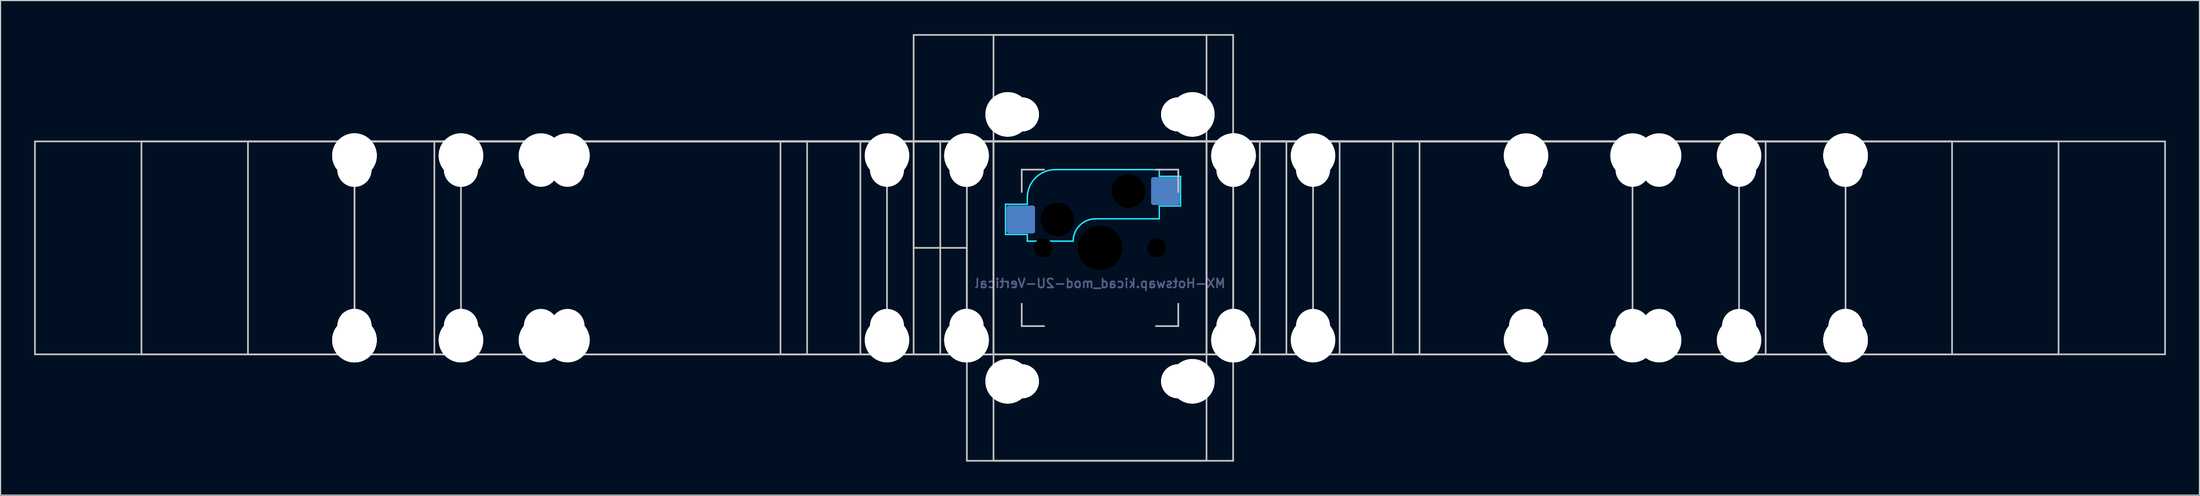
<source format=kicad_pcb>
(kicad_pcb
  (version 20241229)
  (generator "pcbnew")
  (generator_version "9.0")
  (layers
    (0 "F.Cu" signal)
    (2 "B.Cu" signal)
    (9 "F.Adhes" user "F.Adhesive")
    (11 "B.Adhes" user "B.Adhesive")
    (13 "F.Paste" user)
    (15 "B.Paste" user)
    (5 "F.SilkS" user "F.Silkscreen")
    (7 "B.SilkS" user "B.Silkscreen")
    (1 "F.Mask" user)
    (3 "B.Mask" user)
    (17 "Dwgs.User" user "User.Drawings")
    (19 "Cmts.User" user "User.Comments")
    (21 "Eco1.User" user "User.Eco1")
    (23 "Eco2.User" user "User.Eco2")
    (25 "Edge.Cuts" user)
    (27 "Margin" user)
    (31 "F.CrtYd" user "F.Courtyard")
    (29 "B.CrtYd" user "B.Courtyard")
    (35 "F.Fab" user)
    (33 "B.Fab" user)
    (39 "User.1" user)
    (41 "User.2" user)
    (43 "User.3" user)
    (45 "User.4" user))
  (footprint "MX-Hotswap.kicad_mod-2U-Vertical"
    (layer "F.Cu")
    (at 95.325 19.125)
    (property "Reference" "MX-Hotswap.kicad_mod-2U-Vertical" (at 0 3.175 0) (layer "B.Fab") (effects (font (size 0.8 0.8) (thickness 0.15)) (justify mirror)))
    (attr smd)
    (fp_line (start -95.25 9.525) (end -95.25 -9.525) (stroke (width 0.15) (type solid)) (layer "Dwgs.User"))
    (fp_line (start -85.725 9.525) (end -85.725 -9.525) (stroke (width 0.15) (type solid)) (layer "Dwgs.User"))
    (fp_line (start -76.2 9.525) (end -76.2 -9.525) (stroke (width 0.15) (type solid)) (layer "Dwgs.User"))
    (fp_line (start -66.675 -9.525) (end 47.625 -9.525) (stroke (width 0.15) (type solid)) (layer "Dwgs.User"))
    (fp_line (start -66.675 9.525) (end -66.675 -9.525) (stroke (width 0.15) (type solid)) (layer "Dwgs.User"))
    (fp_line (start -66.675 9.525) (end -66.675 -9.525) (stroke (width 0.15) (type solid)) (layer "Dwgs.User"))
    (fp_line (start -66.675 9.525) (end 47.625 9.525) (stroke (width 0.15) (type solid)) (layer "Dwgs.User"))
    (fp_line (start -59.531 9.525) (end -59.531 -9.525) (stroke (width 0.15) (type solid)) (layer "Dwgs.User"))
    (fp_line (start -57.15 9.525) (end -57.15 -9.525) (stroke (width 0.15) (type solid)) (layer "Dwgs.User"))
    (fp_line (start -28.575 9.525) (end -28.575 -9.525) (stroke (width 0.15) (type solid)) (layer "Dwgs.User"))
    (fp_line (start -26.194 9.525) (end -26.194 -9.525) (stroke (width 0.15) (type solid)) (layer "Dwgs.User"))
    (fp_line (start -21.431 9.525) (end -21.431 -9.525) (stroke (width 0.15) (type solid)) (layer "Dwgs.User"))
    (fp_line (start -19.05 9.525) (end -19.05 -9.525) (stroke (width 0.15) (type solid)) (layer "Dwgs.User"))
    (fp_line (start -16.669 -19.05) (end -16.669 0) (stroke (width 0.15) (type solid)) (layer "Dwgs.User"))
    (fp_line (start -16.669 -19.05) (end 11.906 -19.05) (stroke (width 0.15) (type solid)) (layer "Dwgs.User"))
    (fp_line (start -16.669 9.525) (end -16.669 -9.525) (stroke (width 0.15) (type solid)) (layer "Dwgs.User"))
    (fp_line (start -14.287 9.525) (end -14.287 -9.525) (stroke (width 0.15) (type solid)) (layer "Dwgs.User"))
    (fp_line (start -11.906 0) (end -16.669 0) (stroke (width 0.15) (type solid)) (layer "Dwgs.User"))
    (fp_line (start -11.906 9.525) (end -11.906 -9.525) (stroke (width 0.15) (type solid)) (layer "Dwgs.User"))
    (fp_line (start -11.906 19.05) (end -11.906 0) (stroke (width 0.15) (type solid)) (layer "Dwgs.User"))
    (fp_line (start -11.906 19.05) (end 11.906 19.05) (stroke (width 0.15) (type solid)) (layer "Dwgs.User"))
    (fp_line (start -9.525 9.525) (end -9.525 -9.525) (stroke (width 0.15) (type solid)) (layer "Dwgs.User"))
    (fp_line (start -9.525 19.05) (end -9.525 -19.05) (stroke (width 0.15) (type solid)) (layer "Dwgs.User"))
    (fp_line (start -7 -7) (end -7 -5) (stroke (width 0.15) (type solid)) (layer "Dwgs.User"))
    (fp_line (start -7 5) (end -7 7) (stroke (width 0.15) (type solid)) (layer "Dwgs.User"))
    (fp_line (start -7 7) (end -5 7) (stroke (width 0.15) (type solid)) (layer "Dwgs.User"))
    (fp_line (start -5 -7) (end -7 -7) (stroke (width 0.15) (type solid)) (layer "Dwgs.User"))
    (fp_line (start 5 -7) (end 7 -7) (stroke (width 0.15) (type solid)) (layer "Dwgs.User"))
    (fp_line (start 5 7) (end 7 7) (stroke (width 0.15) (type solid)) (layer "Dwgs.User"))
    (fp_line (start 7 -7) (end 7 -5) (stroke (width 0.15) (type solid)) (layer "Dwgs.User"))
    (fp_line (start 7 7) (end 7 5) (stroke (width 0.15) (type solid)) (layer "Dwgs.User"))
    (fp_line (start 9.525 -19.05) (end -9.525 -19.05) (stroke (width 0.15) (type solid)) (layer "Dwgs.User"))
    (fp_line (start 9.525 -9.525) (end -9.525 -9.525) (stroke (width 0.15) (type solid)) (layer "Dwgs.User"))
    (fp_line (start 9.525 9.525) (end -9.525 9.525) (stroke (width 0.15) (type solid)) (layer "Dwgs.User"))
    (fp_line (start 9.525 9.525) (end 9.525 -9.525) (stroke (width 0.15) (type solid)) (layer "Dwgs.User"))
    (fp_line (start 9.525 19.05) (end -9.525 19.05) (stroke (width 0.15) (type solid)) (layer "Dwgs.User"))
    (fp_line (start 9.525 19.05) (end 9.525 -19.05) (stroke (width 0.15) (type solid)) (layer "Dwgs.User"))
    (fp_line (start 11.906 -19.05) (end 11.906 19.05) (stroke (width 0.15) (type solid)) (layer "Dwgs.User"))
    (fp_line (start 11.906 -9.525) (end -11.906 -9.525) (stroke (width 0.15) (type solid)) (layer "Dwgs.User"))
    (fp_line (start 11.906 9.525) (end -11.906 9.525) (stroke (width 0.15) (type solid)) (layer "Dwgs.User"))
    (fp_line (start 11.906 9.525) (end 11.906 -9.525) (stroke (width 0.15) (type solid)) (layer "Dwgs.User"))
    (fp_line (start 14.287 -9.525) (end -14.287 -9.525) (stroke (width 0.15) (type solid)) (layer "Dwgs.User"))
    (fp_line (start 14.287 9.525) (end -14.287 9.525) (stroke (width 0.15) (type solid)) (layer "Dwgs.User"))
    (fp_line (start 14.287 9.525) (end 14.287 -9.525) (stroke (width 0.15) (type solid)) (layer "Dwgs.User"))
    (fp_line (start 16.669 -9.525) (end -16.669 -9.525) (stroke (width 0.15) (type solid)) (layer "Dwgs.User"))
    (fp_line (start 16.669 9.525) (end -16.669 9.525) (stroke (width 0.15) (type solid)) (layer "Dwgs.User"))
    (fp_line (start 16.669 9.525) (end 16.669 -9.525) (stroke (width 0.15) (type solid)) (layer "Dwgs.User"))
    (fp_line (start 19.05 -9.525) (end -19.05 -9.525) (stroke (width 0.15) (type solid)) (layer "Dwgs.User"))
    (fp_line (start 19.05 9.525) (end -19.05 9.525) (stroke (width 0.15) (type solid)) (layer "Dwgs.User"))
    (fp_line (start 19.05 9.525) (end 19.05 -9.525) (stroke (width 0.15) (type solid)) (layer "Dwgs.User"))
    (fp_line (start 21.431 -9.525) (end -21.431 -9.525) (stroke (width 0.15) (type solid)) (layer "Dwgs.User"))
    (fp_line (start 21.431 9.525) (end -21.431 9.525) (stroke (width 0.15) (type solid)) (layer "Dwgs.User"))
    (fp_line (start 21.431 9.525) (end 21.431 -9.525) (stroke (width 0.15) (type solid)) (layer "Dwgs.User"))
    (fp_line (start 26.194 -9.525) (end -26.194 -9.525) (stroke (width 0.15) (type solid)) (layer "Dwgs.User"))
    (fp_line (start 26.194 9.525) (end -26.194 9.525) (stroke (width 0.15) (type solid)) (layer "Dwgs.User"))
    (fp_line (start 26.194 9.525) (end 26.194 -9.525) (stroke (width 0.15) (type solid)) (layer "Dwgs.User"))
    (fp_line (start 28.575 -9.525) (end -28.575 -9.525) (stroke (width 0.15) (type solid)) (layer "Dwgs.User"))
    (fp_line (start 28.575 9.525) (end -28.575 9.525) (stroke (width 0.15) (type solid)) (layer "Dwgs.User"))
    (fp_line (start 28.575 9.525) (end 28.575 -9.525) (stroke (width 0.15) (type solid)) (layer "Dwgs.User"))
    (fp_line (start 47.625 9.525) (end 47.625 -9.525) (stroke (width 0.15) (type solid)) (layer "Dwgs.User"))
    (fp_line (start 57.15 -9.525) (end -57.15 -9.525) (stroke (width 0.15) (type solid)) (layer "Dwgs.User"))
    (fp_line (start 57.15 9.525) (end -57.15 9.525) (stroke (width 0.15) (type solid)) (layer "Dwgs.User"))
    (fp_line (start 57.15 9.525) (end 57.15 -9.525) (stroke (width 0.15) (type solid)) (layer "Dwgs.User"))
    (fp_line (start 59.531 -9.525) (end -59.531 -9.525) (stroke (width 0.15) (type solid)) (layer "Dwgs.User"))
    (fp_line (start 59.531 9.525) (end -59.531 9.525) (stroke (width 0.15) (type solid)) (layer "Dwgs.User"))
    (fp_line (start 59.531 9.525) (end 59.531 -9.525) (stroke (width 0.15) (type solid)) (layer "Dwgs.User"))
    (fp_line (start 66.675 -9.525) (end -66.675 -9.525) (stroke (width 0.15) (type solid)) (layer "Dwgs.User"))
    (fp_line (start 66.675 9.525) (end -66.675 9.525) (stroke (width 0.15) (type solid)) (layer "Dwgs.User"))
    (fp_line (start 66.675 9.525) (end 66.675 -9.525) (stroke (width 0.15) (type solid)) (layer "Dwgs.User"))
    (fp_line (start 76.2 -9.525) (end -76.2 -9.525) (stroke (width 0.15) (type solid)) (layer "Dwgs.User"))
    (fp_line (start 76.2 9.525) (end -76.2 9.525) (stroke (width 0.15) (type solid)) (layer "Dwgs.User"))
    (fp_line (start 76.2 9.525) (end 76.2 -9.525) (stroke (width 0.15) (type solid)) (layer "Dwgs.User"))
    (fp_line (start 85.725 -9.525) (end -85.725 -9.525) (stroke (width 0.15) (type solid)) (layer "Dwgs.User"))
    (fp_line (start 85.725 9.525) (end -85.725 9.525) (stroke (width 0.15) (type solid)) (layer "Dwgs.User"))
    (fp_line (start 85.725 9.525) (end 85.725 -9.525) (stroke (width 0.15) (type solid)) (layer "Dwgs.User"))
    (fp_line (start 95.25 -9.525) (end -95.25 -9.525) (stroke (width 0.15) (type solid)) (layer "Dwgs.User"))
    (fp_line (start 95.25 9.525) (end -95.25 9.525) (stroke (width 0.15) (type solid)) (layer "Dwgs.User"))
    (fp_line (start 95.25 9.525) (end 95.25 -9.525) (stroke (width 0.15) (type solid)) (layer "Dwgs.User"))
    (fp_line (start -8.45 -3.9) (end -8.45 -1.2) (stroke (width 0.127) (type solid)) (layer "B.CrtYd"))
    (fp_line (start -8.45 -1.2) (end -6.5 -1.2) (stroke (width 0.127) (type solid)) (layer "B.CrtYd"))
    (fp_line (start -6.5 -4.5) (end -6.5 -3.9) (stroke (width 0.127) (type solid)) (layer "B.CrtYd"))
    (fp_line (start -6.5 -3.9) (end -8.45 -3.9) (stroke (width 0.127) (type solid)) (layer "B.CrtYd"))
    (fp_line (start -6.5 -0.6) (end -6.5 -1.2) (stroke (width 0.127) (type solid)) (layer "B.CrtYd"))
    (fp_line (start -6.5 -0.6) (end -2.4 -0.6) (stroke (width 0.127) (type solid)) (layer "B.CrtYd"))
    (fp_line (start -0.4 -2.6) (end 5.3 -2.6) (stroke (width 0.127) (type solid)) (layer "B.CrtYd"))
    (fp_line (start 5.3 -7) (end -4 -7) (stroke (width 0.127) (type solid)) (layer "B.CrtYd"))
    (fp_line (start 5.3 -7) (end 5.3 -6.4) (stroke (width 0.127) (type solid)) (layer "B.CrtYd"))
    (fp_line (start 5.3 -6.4) (end 7.2 -6.4) (stroke (width 0.127) (type solid)) (layer "B.CrtYd"))
    (fp_line (start 5.3 -2.6) (end 5.3 -3.75) (stroke (width 0.127) (type solid)) (layer "B.CrtYd"))
    (fp_line (start 7.2 -6.4) (end 7.2 -3.75) (stroke (width 0.127) (type solid)) (layer "B.CrtYd"))
    (fp_line (start 7.2 -3.75) (end 5.3 -3.75) (stroke (width 0.127) (type solid)) (layer "B.CrtYd"))
    (fp_arc (start -6.5 -4.5) (mid -5.767767 -6.267767) (end -4 -7) (stroke (width 0.127) (type solid)) (layer "B.CrtYd"))
    (fp_arc (start -2.4 -0.6) (mid -1.814214 -2.014214) (end -0.4 -2.6) (stroke (width 0.127) (type solid)) (layer "B.CrtYd"))
    (pad "" np_thru_hole circle (at -66.675 -8.255) (size 3.988 3.988) (drill 3.988) (layers "*.Cu" "*.Mask"))
    (pad "" np_thru_hole circle (at -66.675 -8.255) (size 3.988 3.988) (drill 3.988) (layers "*.Cu" "*.Mask"))
    (pad "" np_thru_hole circle (at -66.675 -8.255) (size 3.988 3.988) (drill 3.988) (layers "*.Cu" "*.Mask"))
    (pad "" np_thru_hole circle (at -66.675 -6.985) (size 3.048 3.048) (drill 3.048) (layers "*.Cu" "*.Mask"))
    (pad "" np_thru_hole circle (at -66.675 -6.985) (size 3.048 3.048) (drill 3.048) (layers "*.Cu" "*.Mask"))
    (pad "" np_thru_hole circle (at -66.675 -6.985) (size 3.048 3.048) (drill 3.048) (layers "*.Cu" "*.Mask"))
    (pad "" np_thru_hole circle (at -66.675 6.985) (size 3.048 3.048) (drill 3.048) (layers "*.Cu" "*.Mask"))
    (pad "" np_thru_hole circle (at -66.675 6.985) (size 3.048 3.048) (drill 3.048) (layers "*.Cu" "*.Mask"))
    (pad "" np_thru_hole circle (at -66.675 6.985) (size 3.048 3.048) (drill 3.048) (layers "*.Cu" "*.Mask"))
    (pad "" np_thru_hole circle (at -66.675 8.255) (size 3.988 3.988) (drill 3.988) (layers "*.Cu" "*.Mask"))
    (pad "" np_thru_hole circle (at -66.675 8.255) (size 3.988 3.988) (drill 3.988) (layers "*.Cu" "*.Mask"))
    (pad "" np_thru_hole circle (at -66.675 8.255) (size 3.988 3.988) (drill 3.988) (layers "*.Cu" "*.Mask"))
    (pad "" np_thru_hole circle (at -57.15 -8.255) (size 3.988 3.988) (drill 3.988) (layers "*.Cu" "*.Mask"))
    (pad "" np_thru_hole circle (at -57.15 -8.255) (size 3.988 3.988) (drill 3.988) (layers "*.Cu" "*.Mask"))
    (pad "" np_thru_hole circle (at -57.15 -6.985) (size 3.048 3.048) (drill 3.048) (layers "*.Cu" "*.Mask"))
    (pad "" np_thru_hole circle (at -57.15 -6.985) (size 3.048 3.048) (drill 3.048) (layers "*.Cu" "*.Mask"))
    (pad "" np_thru_hole circle (at -57.15 6.985) (size 3.048 3.048) (drill 3.048) (layers "*.Cu" "*.Mask"))
    (pad "" np_thru_hole circle (at -57.15 6.985) (size 3.048 3.048) (drill 3.048) (layers "*.Cu" "*.Mask"))
    (pad "" np_thru_hole circle (at -57.15 8.255) (size 3.988 3.988) (drill 3.988) (layers "*.Cu" "*.Mask"))
    (pad "" np_thru_hole circle (at -57.15 8.255) (size 3.988 3.988) (drill 3.988) (layers "*.Cu" "*.Mask"))
    (pad "" np_thru_hole circle (at -50 -8.255) (size 3.988 3.988) (drill 3.988) (layers "*.Cu" "*.Mask"))
    (pad "" np_thru_hole circle (at -50 -6.985) (size 3.048 3.048) (drill 3.048) (layers "*.Cu" "*.Mask"))
    (pad "" np_thru_hole circle (at -50 6.985) (size 3.048 3.048) (drill 3.048) (layers "*.Cu" "*.Mask"))
    (pad "" np_thru_hole circle (at -50 8.255) (size 3.988 3.988) (drill 3.988) (layers "*.Cu" "*.Mask"))
    (pad "" np_thru_hole circle (at -47.625 -8.255) (size 3.988 3.988) (drill 3.988) (layers "*.Cu" "*.Mask"))
    (pad "" np_thru_hole circle (at -47.625 -6.985) (size 3.048 3.048) (drill 3.048) (layers "*.Cu" "*.Mask"))
    (pad "" np_thru_hole circle (at -47.625 6.985) (size 3.048 3.048) (drill 3.048) (layers "*.Cu" "*.Mask"))
    (pad "" np_thru_hole circle (at -47.625 8.255) (size 3.988 3.988) (drill 3.988) (layers "*.Cu" "*.Mask"))
    (pad "" np_thru_hole circle (at -19.05 -8.255) (size 3.988 3.988) (drill 3.988) (layers "*.Cu" "*.Mask"))
    (pad "" np_thru_hole circle (at -19.05 -6.985) (size 3.048 3.048) (drill 3.048) (layers "*.Cu" "*.Mask"))
    (pad "" np_thru_hole circle (at -19.05 6.985) (size 3.048 3.048) (drill 3.048) (layers "*.Cu" "*.Mask"))
    (pad "" np_thru_hole circle (at -19.05 8.255) (size 3.988 3.988) (drill 3.988) (layers "*.Cu" "*.Mask"))
    (pad "" np_thru_hole circle (at -11.938 -8.255) (size 3.988 3.988) (drill 3.988) (layers "*.Cu" "*.Mask"))
    (pad "" np_thru_hole circle (at -11.938 -8.255) (size 3.988 3.988) (drill 3.988) (layers "*.Cu" "*.Mask"))
    (pad "" np_thru_hole circle (at -11.938 -8.255) (size 3.988 3.988) (drill 3.988) (layers "*.Cu" "*.Mask"))
    (pad "" np_thru_hole circle (at -11.938 -6.985) (size 3.048 3.048) (drill 3.048) (layers "*.Cu" "*.Mask"))
    (pad "" np_thru_hole circle (at -11.938 -6.985) (size 3.048 3.048) (drill 3.048) (layers "*.Cu" "*.Mask"))
    (pad "" np_thru_hole circle (at -11.938 -6.985) (size 3.048 3.048) (drill 3.048) (layers "*.Cu" "*.Mask"))
    (pad "" np_thru_hole circle (at -11.938 6.985) (size 3.048 3.048) (drill 3.048) (layers "*.Cu" "*.Mask"))
    (pad "" np_thru_hole circle (at -11.938 6.985) (size 3.048 3.048) (drill 3.048) (layers "*.Cu" "*.Mask"))
    (pad "" np_thru_hole circle (at -11.938 6.985) (size 3.048 3.048) (drill 3.048) (layers "*.Cu" "*.Mask"))
    (pad "" np_thru_hole circle (at -11.938 8.255) (size 3.988 3.988) (drill 3.988) (layers "*.Cu" "*.Mask"))
    (pad "" np_thru_hole circle (at -11.938 8.255) (size 3.988 3.988) (drill 3.988) (layers "*.Cu" "*.Mask"))
    (pad "" np_thru_hole circle (at -11.938 8.255) (size 3.988 3.988) (drill 3.988) (layers "*.Cu" "*.Mask"))
    (pad "" np_thru_hole circle (at -8.255 -11.938) (size 3.988 3.988) (drill 3.988) (layers "*.Cu" "*.Mask"))
    (pad "" np_thru_hole circle (at -8.255 -11.938) (size 3.988 3.988) (drill 3.988) (layers "*.Cu" "*.Mask"))
    (pad "" np_thru_hole circle (at -8.255 11.938) (size 3.988 3.988) (drill 3.988) (layers "*.Cu" "*.Mask"))
    (pad "" np_thru_hole circle (at -8.255 11.938) (size 3.988 3.988) (drill 3.988) (layers "*.Cu" "*.Mask"))
    (pad "" np_thru_hole circle (at -6.985 -11.938) (size 3.048 3.048) (drill 3.048) (layers "*.Cu" "*.Mask"))
    (pad "" np_thru_hole circle (at -6.985 -11.938) (size 3.048 3.048) (drill 3.048) (layers "*.Cu" "*.Mask"))
    (pad "" np_thru_hole circle (at -6.985 11.938) (size 3.048 3.048) (drill 3.048) (layers "*.Cu" "*.Mask"))
    (pad "" np_thru_hole circle (at -6.985 11.938) (size 3.048 3.048) (drill 3.048) (layers "*.Cu" "*.Mask"))
    (pad "" np_thru_hole circle (at -5.08 0 48.099) (size 1.702 1.702) (drill 1.702) (layers "*.Mask"))
    (pad "" np_thru_hole circle (at -3.81 -2.54) (size 3 3) (drill 3) (layers "*.Mask"))
    (pad "" np_thru_hole circle (at 0 0) (size 3.988 3.988) (drill 3.988) (layers "*.Mask"))
    (pad "" np_thru_hole circle (at 2.54 -5.08) (size 3 3) (drill 3) (layers "*.Mask"))
    (pad "" np_thru_hole circle (at 5.08 0 48.099) (size 1.702 1.702) (drill 1.702) (layers "*.Mask"))
    (pad "" np_thru_hole circle (at 6.985 -11.938) (size 3.048 3.048) (drill 3.048) (layers "*.Cu" "*.Mask"))
    (pad "" np_thru_hole circle (at 6.985 -11.938) (size 3.048 3.048) (drill 3.048) (layers "*.Cu" "*.Mask"))
    (pad "" np_thru_hole circle (at 6.985 11.938) (size 3.048 3.048) (drill 3.048) (layers "*.Cu" "*.Mask"))
    (pad "" np_thru_hole circle (at 6.985 11.938) (size 3.048 3.048) (drill 3.048) (layers "*.Cu" "*.Mask"))
    (pad "" np_thru_hole circle (at 8.255 -11.938) (size 3.988 3.988) (drill 3.988) (layers "*.Cu" "*.Mask"))
    (pad "" np_thru_hole circle (at 8.255 -11.938) (size 3.988 3.988) (drill 3.988) (layers "*.Cu" "*.Mask"))
    (pad "" np_thru_hole circle (at 8.255 11.938) (size 3.988 3.988) (drill 3.988) (layers "*.Cu" "*.Mask"))
    (pad "" np_thru_hole circle (at 8.255 11.938) (size 3.988 3.988) (drill 3.988) (layers "*.Cu" "*.Mask"))
    (pad "" np_thru_hole circle (at 11.938 -8.255) (size 3.988 3.988) (drill 3.988) (layers "*.Cu" "*.Mask"))
    (pad "" np_thru_hole circle (at 11.938 -8.255) (size 3.988 3.988) (drill 3.988) (layers "*.Cu" "*.Mask"))
    (pad "" np_thru_hole circle (at 11.938 -8.255) (size 3.988 3.988) (drill 3.988) (layers "*.Cu" "*.Mask"))
    (pad "" np_thru_hole circle (at 11.938 -6.985) (size 3.048 3.048) (drill 3.048) (layers "*.Cu" "*.Mask"))
    (pad "" np_thru_hole circle (at 11.938 -6.985) (size 3.048 3.048) (drill 3.048) (layers "*.Cu" "*.Mask"))
    (pad "" np_thru_hole circle (at 11.938 -6.985) (size 3.048 3.048) (drill 3.048) (layers "*.Cu" "*.Mask"))
    (pad "" np_thru_hole circle (at 11.938 6.985) (size 3.048 3.048) (drill 3.048) (layers "*.Cu" "*.Mask"))
    (pad "" np_thru_hole circle (at 11.938 6.985) (size 3.048 3.048) (drill 3.048) (layers "*.Cu" "*.Mask"))
    (pad "" np_thru_hole circle (at 11.938 6.985) (size 3.048 3.048) (drill 3.048) (layers "*.Cu" "*.Mask"))
    (pad "" np_thru_hole circle (at 11.938 8.255) (size 3.988 3.988) (drill 3.988) (layers "*.Cu" "*.Mask"))
    (pad "" np_thru_hole circle (at 11.938 8.255) (size 3.988 3.988) (drill 3.988) (layers "*.Cu" "*.Mask"))
    (pad "" np_thru_hole circle (at 11.938 8.255) (size 3.988 3.988) (drill 3.988) (layers "*.Cu" "*.Mask"))
    (pad "" np_thru_hole circle (at 19.05 -8.255) (size 3.988 3.988) (drill 3.988) (layers "*.Cu" "*.Mask"))
    (pad "" np_thru_hole circle (at 19.05 -6.985) (size 3.048 3.048) (drill 3.048) (layers "*.Cu" "*.Mask"))
    (pad "" np_thru_hole circle (at 19.05 6.985) (size 3.048 3.048) (drill 3.048) (layers "*.Cu" "*.Mask"))
    (pad "" np_thru_hole circle (at 19.05 8.255) (size 3.988 3.988) (drill 3.988) (layers "*.Cu" "*.Mask"))
    (pad "" np_thru_hole circle (at 38.1 -8.255) (size 3.988 3.988) (drill 3.988) (layers "*.Cu" "*.Mask"))
    (pad "" np_thru_hole circle (at 38.1 -6.985) (size 3.048 3.048) (drill 3.048) (layers "*.Cu" "*.Mask"))
    (pad "" np_thru_hole circle (at 38.1 6.985) (size 3.048 3.048) (drill 3.048) (layers "*.Cu" "*.Mask"))
    (pad "" np_thru_hole circle (at 38.1 8.255) (size 3.988 3.988) (drill 3.988) (layers "*.Cu" "*.Mask"))
    (pad "" np_thru_hole circle (at 47.625 -8.255) (size 3.988 3.988) (drill 3.988) (layers "*.Cu" "*.Mask"))
    (pad "" np_thru_hole circle (at 47.625 -6.985) (size 3.048 3.048) (drill 3.048) (layers "*.Cu" "*.Mask"))
    (pad "" np_thru_hole circle (at 47.625 6.985) (size 3.048 3.048) (drill 3.048) (layers "*.Cu" "*.Mask"))
    (pad "" np_thru_hole circle (at 47.625 8.255) (size 3.988 3.988) (drill 3.988) (layers "*.Cu" "*.Mask"))
    (pad "" np_thru_hole circle (at 50 -8.255) (size 3.988 3.988) (drill 3.988) (layers "*.Cu" "*.Mask"))
    (pad "" np_thru_hole circle (at 50 -6.985) (size 3.048 3.048) (drill 3.048) (layers "*.Cu" "*.Mask"))
    (pad "" np_thru_hole circle (at 50 6.985) (size 3.048 3.048) (drill 3.048) (layers "*.Cu" "*.Mask"))
    (pad "" np_thru_hole circle (at 50 8.255) (size 3.988 3.988) (drill 3.988) (layers "*.Cu" "*.Mask"))
    (pad "" np_thru_hole circle (at 57.15 -8.255) (size 3.988 3.988) (drill 3.988) (layers "*.Cu" "*.Mask"))
    (pad "" np_thru_hole circle (at 57.15 -6.985) (size 3.048 3.048) (drill 3.048) (layers "*.Cu" "*.Mask"))
    (pad "" np_thru_hole circle (at 57.15 6.985) (size 3.048 3.048) (drill 3.048) (layers "*.Cu" "*.Mask"))
    (pad "" np_thru_hole circle (at 57.15 8.255) (size 3.988 3.988) (drill 3.988) (layers "*.Cu" "*.Mask"))
    (pad "" np_thru_hole circle (at 66.675 -8.255) (size 3.988 3.988) (drill 3.988) (layers "*.Cu" "*.Mask"))
    (pad "" np_thru_hole circle (at 66.675 -8.255) (size 3.988 3.988) (drill 3.988) (layers "*.Cu" "*.Mask"))
    (pad "" np_thru_hole circle (at 66.675 -8.255) (size 3.988 3.988) (drill 3.988) (layers "*.Cu" "*.Mask"))
    (pad "" np_thru_hole circle (at 66.675 -6.985) (size 3.048 3.048) (drill 3.048) (layers "*.Cu" "*.Mask"))
    (pad "" np_thru_hole circle (at 66.675 -6.985) (size 3.048 3.048) (drill 3.048) (layers "*.Cu" "*.Mask"))
    (pad "" np_thru_hole circle (at 66.675 -6.985) (size 3.048 3.048) (drill 3.048) (layers "*.Cu" "*.Mask"))
    (pad "" np_thru_hole circle (at 66.675 6.985) (size 3.048 3.048) (drill 3.048) (layers "*.Cu" "*.Mask"))
    (pad "" np_thru_hole circle (at 66.675 6.985) (size 3.048 3.048) (drill 3.048) (layers "*.Cu" "*.Mask"))
    (pad "" np_thru_hole circle (at 66.675 6.985) (size 3.048 3.048) (drill 3.048) (layers "*.Cu" "*.Mask"))
    (pad "" np_thru_hole circle (at 66.675 8.255) (size 3.988 3.988) (drill 3.988) (layers "*.Cu" "*.Mask"))
    (pad "" np_thru_hole circle (at 66.675 8.255) (size 3.988 3.988) (drill 3.988) (layers "*.Cu" "*.Mask"))
    (pad "" np_thru_hole circle (at 66.675 8.255) (size 3.988 3.988) (drill 3.988) (layers "*.Cu" "*.Mask"))
    (pad "1" smd roundrect (at -7.085 -2.54) (size 2.55 2.5) (layers "B.Cu" "B.Mask" "B.Paste") (roundrect_rratio 0.08))
    (pad "2" smd roundrect (at 5.842 -5.08) (size 2.55 2.5) (layers "B.Cu" "B.Mask" "B.Paste") (roundrect_rratio 0.08)))
  (gr_rect
    (start -3 -3)
    (end 193.65 41.25)
    (stroke (width 0.1) (type default))
    (fill no)
    (layer "Edge.Cuts")))
</source>
